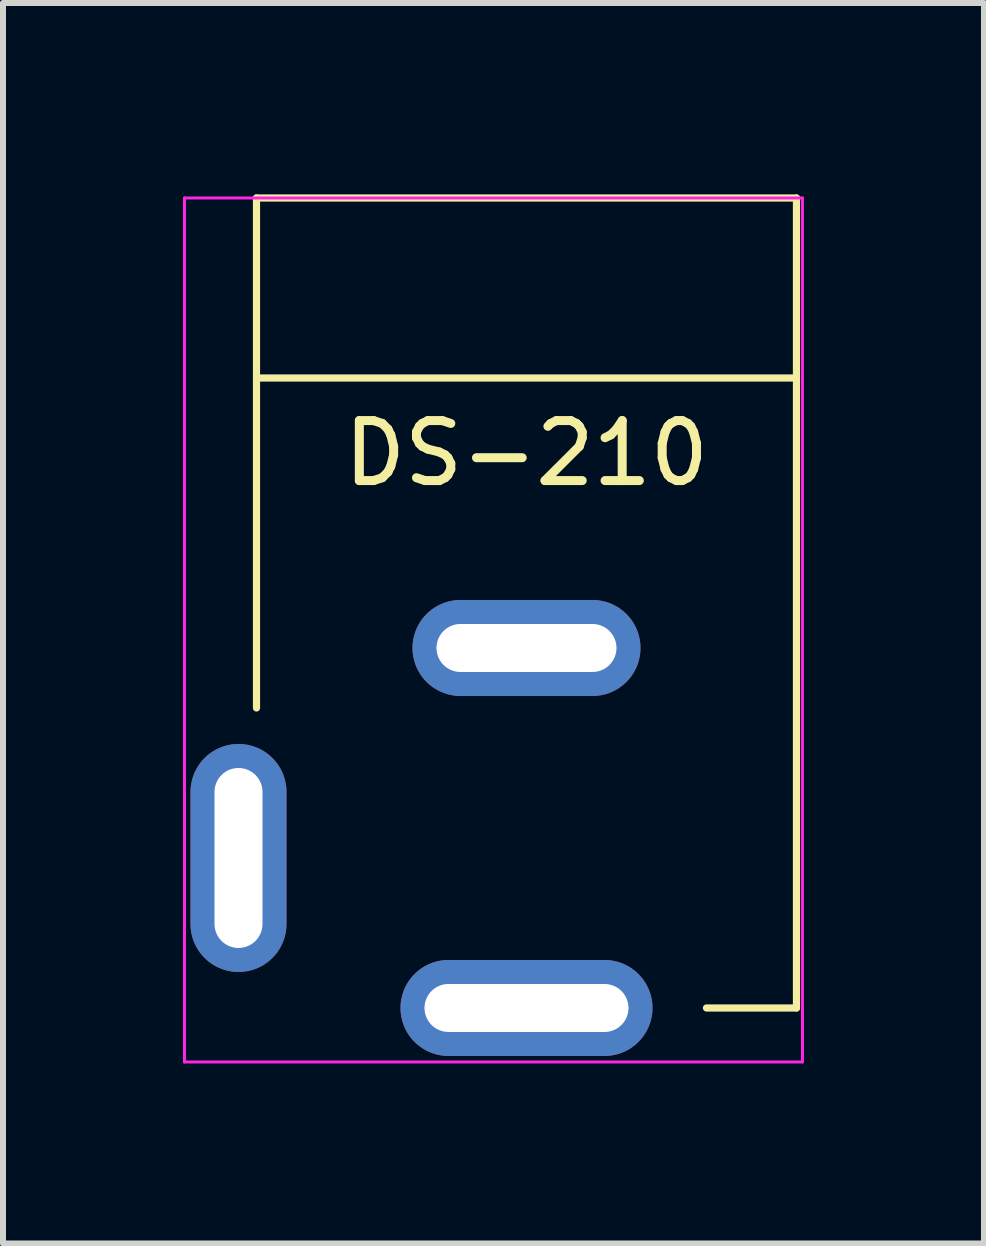
<source format=kicad_pcb>
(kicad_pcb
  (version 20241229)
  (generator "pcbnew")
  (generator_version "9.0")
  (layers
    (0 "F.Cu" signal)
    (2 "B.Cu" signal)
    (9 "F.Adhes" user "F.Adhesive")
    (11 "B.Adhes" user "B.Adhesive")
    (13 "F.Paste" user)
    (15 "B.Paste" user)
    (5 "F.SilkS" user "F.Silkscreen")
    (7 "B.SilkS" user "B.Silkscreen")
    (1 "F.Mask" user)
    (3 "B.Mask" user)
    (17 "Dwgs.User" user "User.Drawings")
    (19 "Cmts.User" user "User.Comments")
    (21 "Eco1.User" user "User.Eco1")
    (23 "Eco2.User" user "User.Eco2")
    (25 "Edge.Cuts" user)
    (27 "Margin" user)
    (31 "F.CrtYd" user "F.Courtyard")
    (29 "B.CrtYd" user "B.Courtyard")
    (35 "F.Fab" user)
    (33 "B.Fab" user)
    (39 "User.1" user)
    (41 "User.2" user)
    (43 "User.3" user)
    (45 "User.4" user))
  (footprint "DS-210"
    (layer "F.Cu")
    (at 5.725 0.25)
    (property "Reference" "DS-210" (at 0 4.255 0) (layer "F.SilkS") (effects (font (size 1 1) (thickness 0.15))))
    (attr through_hole)
    (fp_line (start -4.5 0) (end -4.5 8.5) (stroke (width 0.12) (type solid)) (layer "F.SilkS"))
    (fp_line (start -4.5 0) (end 4.5 0) (stroke (width 0.12) (type solid)) (layer "F.SilkS"))
    (fp_line (start -4.5 3) (end 4.5 3) (stroke (width 0.12) (type solid)) (layer "F.SilkS"))
    (fp_line (start 4.5 0) (end 4.5 13.5) (stroke (width 0.12) (type solid)) (layer "F.SilkS"))
    (fp_line (start 4.5 13.5) (end 3 13.5) (stroke (width 0.12) (type solid)) (layer "F.SilkS"))
    (fp_line (start -5.7 0) (end -5.7 14.4) (stroke (width 0.05) (type solid)) (layer "F.CrtYd"))
    (fp_line (start -5.7 14.4) (end 4.6 14.4) (stroke (width 0.05) (type solid)) (layer "F.CrtYd"))
    (fp_line (start 4.6 0) (end -5.7 0) (stroke (width 0.05) (type solid)) (layer "F.CrtYd"))
    (fp_line (start 4.6 14.4) (end 4.6 0) (stroke (width 0.05) (type solid)) (layer "F.CrtYd"))
    (pad "1" thru_hole oval (at 0 13.5) (size 4.2 1.6) (drill oval 3.4 0.8) (layers "*.Cu" "*.Mask"))
    (pad "2" thru_hole oval (at 0 7.5) (size 3.8 1.6) (drill oval 3 0.8) (layers "*.Cu" "*.Mask"))
    (pad "3" thru_hole oval (at -4.8 11) (size 1.6 3.8) (drill oval 0.8 3) (layers "*.Cu" "*.Mask")))
  (gr_rect
    (start -3 -3)
    (end 13.35 17.675)
    (stroke (width 0.1) (type default))
    (fill no)
    (layer "Edge.Cuts")))
</source>
